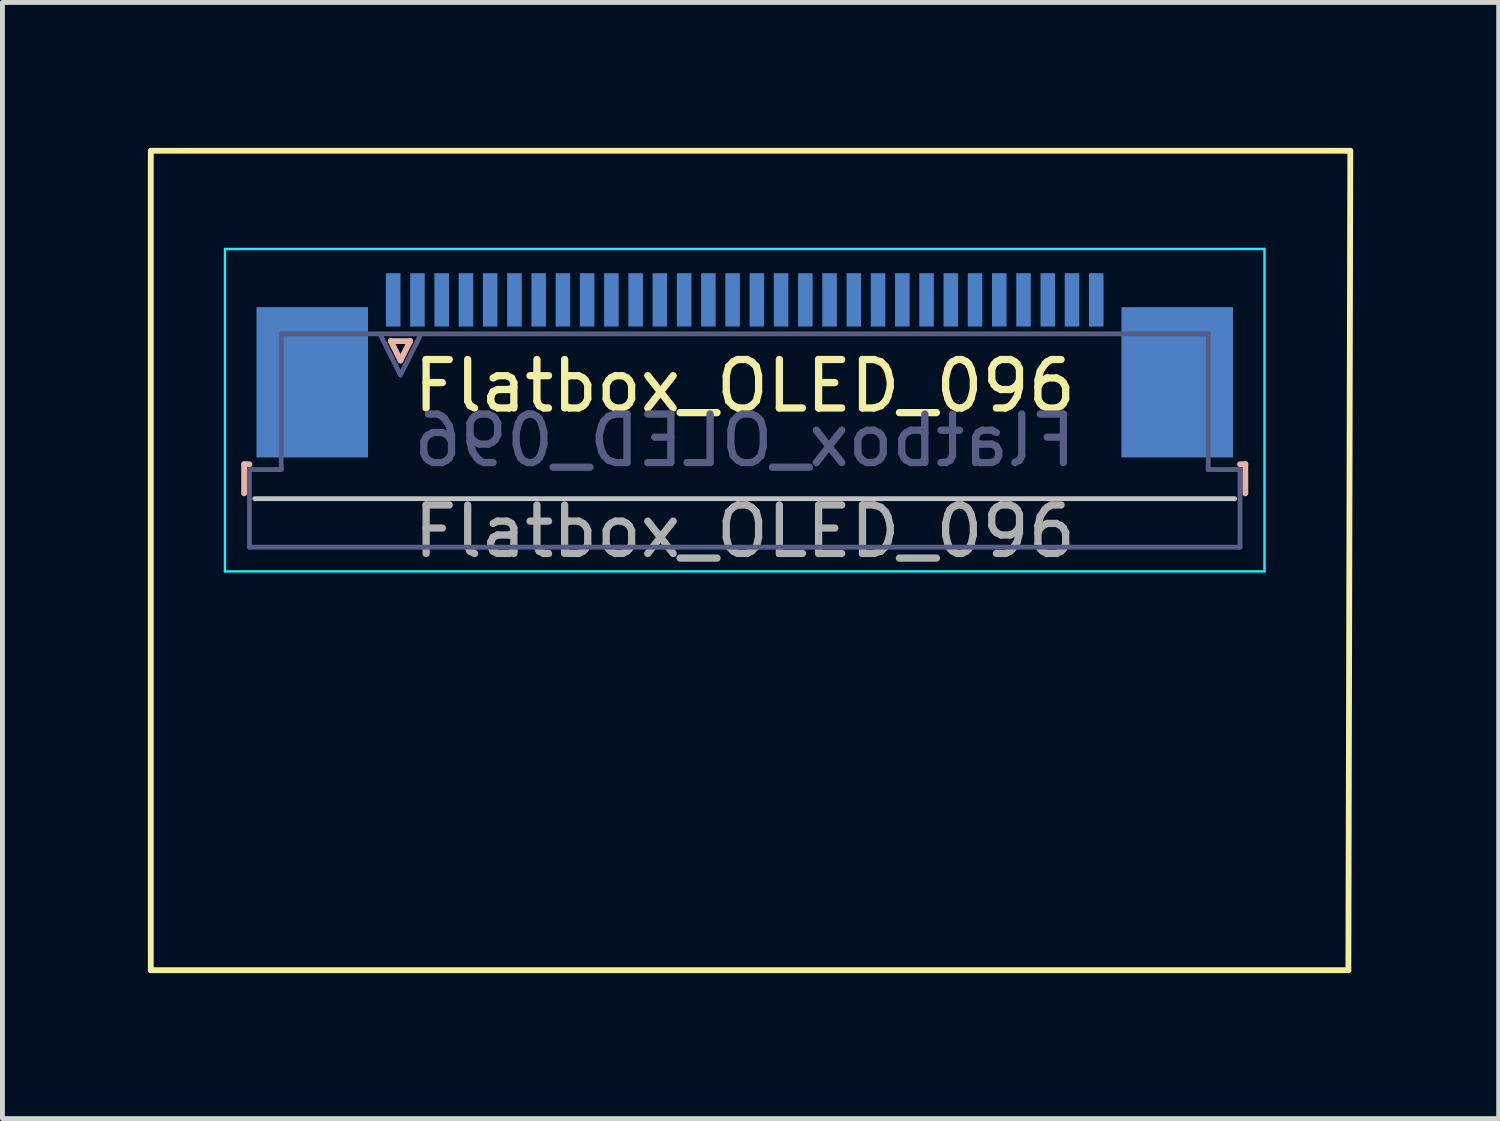
<source format=kicad_pcb>
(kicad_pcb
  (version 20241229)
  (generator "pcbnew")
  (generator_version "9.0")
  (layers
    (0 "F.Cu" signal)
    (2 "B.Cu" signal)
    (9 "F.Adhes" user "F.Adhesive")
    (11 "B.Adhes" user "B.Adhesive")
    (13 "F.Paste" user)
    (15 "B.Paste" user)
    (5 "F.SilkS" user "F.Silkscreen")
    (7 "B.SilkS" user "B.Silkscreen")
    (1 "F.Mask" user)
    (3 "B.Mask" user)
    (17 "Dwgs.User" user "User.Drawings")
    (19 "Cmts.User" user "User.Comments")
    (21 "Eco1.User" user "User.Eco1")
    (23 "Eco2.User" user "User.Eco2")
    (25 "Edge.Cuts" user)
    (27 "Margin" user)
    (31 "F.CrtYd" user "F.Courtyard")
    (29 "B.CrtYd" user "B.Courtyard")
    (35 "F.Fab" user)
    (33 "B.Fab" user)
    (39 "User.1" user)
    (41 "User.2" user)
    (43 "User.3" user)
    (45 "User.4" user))
  (footprint "Flatbox_OLED_096"
    (layer "F.Cu")
    (at 12.31 5.41)
    (property "Reference" "Flatbox_OLED_096" (at 0 -0.5 0) (unlocked yes) (layer "F.SilkS") (effects (font (size 1 1) (thickness 0.15))))
    (attr smd)
    (fp_line (start -12.25 -5.35) (end -12.25 11.55) (stroke (width 0.12) (type solid)) (layer "F.SilkS"))
    (fp_line (start -12.25 -5.35) (end 12.49 -5.35) (stroke (width 0.12) (type solid)) (layer "F.SilkS"))
    (fp_line (start -12.25 11.55) (end 12.45 11.55) (stroke (width 0.12) (type solid)) (layer "F.SilkS"))
    (fp_line (start 12.49 -5.35) (end 12.45 11.55) (stroke (width 0.12) (type solid)) (layer "F.SilkS"))
    (fp_line (start -10.325 1.115) (end -10.325 1.715) (stroke (width 0.12) (type solid)) (layer "B.SilkS"))
    (fp_line (start -10.215 1.115) (end -10.325 1.115) (stroke (width 0.12) (type solid)) (layer "B.SilkS"))
    (fp_line (start -7.3 -1.425) (end -6.9 -1.425) (stroke (width 0.12) (type solid)) (layer "B.SilkS"))
    (fp_line (start -7.1 -1.025) (end -7.3 -1.425) (stroke (width 0.12) (type solid)) (layer "B.SilkS"))
    (fp_line (start -6.9 -1.425) (end -7.1 -1.025) (stroke (width 0.12) (type solid)) (layer "B.SilkS"))
    (fp_line (start 10.215 1.115) (end 10.325 1.115) (stroke (width 0.12) (type solid)) (layer "B.SilkS"))
    (fp_line (start 10.325 1.115) (end 10.325 1.715) (stroke (width 0.12) (type solid)) (layer "B.SilkS"))
    (fp_line (start -10.105 1.825) (end 10.105 1.825) (stroke (width 0.1) (type solid)) (layer "Dwgs.User"))
    (fp_line (start -10.72 -3.325) (end 10.72 -3.325) (stroke (width 0.05) (type solid)) (layer "B.CrtYd"))
    (fp_line (start -10.72 3.325) (end -10.72 -3.325) (stroke (width 0.05) (type solid)) (layer "B.CrtYd"))
    (fp_line (start 10.72 -3.325) (end 10.72 3.325) (stroke (width 0.05) (type solid)) (layer "B.CrtYd"))
    (fp_line (start 10.72 3.325) (end -10.72 3.325) (stroke (width 0.05) (type solid)) (layer "B.CrtYd"))
    (fp_line (start -10.215 1.225) (end -10.215 2.825) (stroke (width 0.1) (type solid)) (layer "B.Fab"))
    (fp_line (start -10.215 2.825) (end 10.215 2.825) (stroke (width 0.1) (type solid)) (layer "B.Fab"))
    (fp_line (start -9.56 -1.575) (end -9.56 1.225) (stroke (width 0.1) (type solid)) (layer "B.Fab"))
    (fp_line (start -9.56 1.225) (end -10.215 1.225) (stroke (width 0.1) (type solid)) (layer "B.Fab"))
    (fp_line (start -7.1 -0.725) (end -7.5 -1.525) (stroke (width 0.1) (type solid)) (layer "B.Fab"))
    (fp_line (start -6.7 -1.525) (end -7.1 -0.725) (stroke (width 0.1) (type solid)) (layer "B.Fab"))
    (fp_line (start 9.56 -1.575) (end -9.56 -1.575) (stroke (width 0.1) (type solid)) (layer "B.Fab"))
    (fp_line (start 9.56 1.225) (end 9.56 -1.575) (stroke (width 0.1) (type solid)) (layer "B.Fab"))
    (fp_line (start 10.215 1.225) (end 9.56 1.225) (stroke (width 0.1) (type solid)) (layer "B.Fab"))
    (fp_line (start 10.215 2.825) (end 10.215 1.225) (stroke (width 0.1) (type solid)) (layer "B.Fab"))
    (fp_text user "${REFERENCE}" (at 0 0.625 0) (layer "B.Fab") (effects (font (size 1 1) (thickness 0.15)) (justify mirror)))
    (fp_text user "${REFERENCE}" (at 0 2.5 0) (unlocked yes) (layer "F.Fab") (effects (font (size 1 1) (thickness 0.15))))
    (pad "1" smd rect (at -7.25 -2.275 180) (size 0.3 1.1) (layers "B.Cu" "B.Mask" "B.Paste"))
    (pad "2" smd rect (at -6.75 -2.275 180) (size 0.3 1.1) (layers "B.Cu" "B.Mask" "B.Paste"))
    (pad "3" smd rect (at -6.25 -2.275 180) (size 0.3 1.1) (layers "B.Cu" "B.Mask" "B.Paste"))
    (pad "4" smd rect (at -5.75 -2.275 180) (size 0.3 1.1) (layers "B.Cu" "B.Mask" "B.Paste"))
    (pad "5" smd rect (at -5.25 -2.275 180) (size 0.3 1.1) (layers "B.Cu" "B.Mask" "B.Paste"))
    (pad "6" smd rect (at -4.75 -2.275 180) (size 0.3 1.1) (layers "B.Cu" "B.Mask" "B.Paste"))
    (pad "7" smd rect (at -4.25 -2.275 180) (size 0.3 1.1) (layers "B.Cu" "B.Mask" "B.Paste"))
    (pad "8" smd rect (at -3.75 -2.275 180) (size 0.3 1.1) (layers "B.Cu" "B.Mask" "B.Paste"))
    (pad "9" smd rect (at -3.25 -2.275 180) (size 0.3 1.1) (layers "B.Cu" "B.Mask" "B.Paste"))
    (pad "10" smd rect (at -2.75 -2.275 180) (size 0.3 1.1) (layers "B.Cu" "B.Mask" "B.Paste"))
    (pad "11" smd rect (at -2.25 -2.275 180) (size 0.3 1.1) (layers "B.Cu" "B.Mask" "B.Paste"))
    (pad "12" smd rect (at -1.75 -2.275 180) (size 0.3 1.1) (layers "B.Cu" "B.Mask" "B.Paste"))
    (pad "13" smd rect (at -1.25 -2.275 180) (size 0.3 1.1) (layers "B.Cu" "B.Mask" "B.Paste"))
    (pad "14" smd rect (at -0.75 -2.275 180) (size 0.3 1.1) (layers "B.Cu" "B.Mask" "B.Paste"))
    (pad "15" smd rect (at -0.25 -2.275 180) (size 0.3 1.1) (layers "B.Cu" "B.Mask" "B.Paste"))
    (pad "16" smd rect (at 0.25 -2.275 180) (size 0.3 1.1) (layers "B.Cu" "B.Mask" "B.Paste"))
    (pad "17" smd rect (at 0.75 -2.275 180) (size 0.3 1.1) (layers "B.Cu" "B.Mask" "B.Paste"))
    (pad "18" smd rect (at 1.25 -2.275 180) (size 0.3 1.1) (layers "B.Cu" "B.Mask" "B.Paste"))
    (pad "19" smd rect (at 1.75 -2.275 180) (size 0.3 1.1) (layers "B.Cu" "B.Mask" "B.Paste"))
    (pad "20" smd rect (at 2.25 -2.275 180) (size 0.3 1.1) (layers "B.Cu" "B.Mask" "B.Paste"))
    (pad "21" smd rect (at 2.75 -2.275 180) (size 0.3 1.1) (layers "B.Cu" "B.Mask" "B.Paste"))
    (pad "22" smd rect (at 3.25 -2.275 180) (size 0.3 1.1) (layers "B.Cu" "B.Mask" "B.Paste"))
    (pad "23" smd rect (at 3.75 -2.275 180) (size 0.3 1.1) (layers "B.Cu" "B.Mask" "B.Paste"))
    (pad "24" smd rect (at 4.25 -2.275 180) (size 0.3 1.1) (layers "B.Cu" "B.Mask" "B.Paste"))
    (pad "25" smd rect (at 4.75 -2.275 180) (size 0.3 1.1) (layers "B.Cu" "B.Mask" "B.Paste"))
    (pad "26" smd rect (at 5.25 -2.275 180) (size 0.3 1.1) (layers "B.Cu" "B.Mask" "B.Paste"))
    (pad "27" smd rect (at 5.75 -2.275 180) (size 0.3 1.1) (layers "B.Cu" "B.Mask" "B.Paste"))
    (pad "28" smd rect (at 6.25 -2.275 180) (size 0.3 1.1) (layers "B.Cu" "B.Mask" "B.Paste"))
    (pad "29" smd rect (at 6.75 -2.275 180) (size 0.3 1.1) (layers "B.Cu" "B.Mask" "B.Paste"))
    (pad "30" smd rect (at 7.25 -2.275 180) (size 0.3 1.1) (layers "B.Cu" "B.Mask" "B.Paste"))
    (pad "MP" smd rect (at -8.92 -0.575 180) (size 2.3 3.1) (layers "B.Cu" "B.Mask" "B.Paste"))
    (pad "MP" smd rect (at 8.92 -0.575 180) (size 2.3 3.1) (layers "B.Cu" "B.Mask" "B.Paste")))
  (gr_rect
    (start -3 -3)
    (end 27.86 20.02)
    (stroke (width 0.1) (type default))
    (fill no)
    (layer "Edge.Cuts")))
</source>
